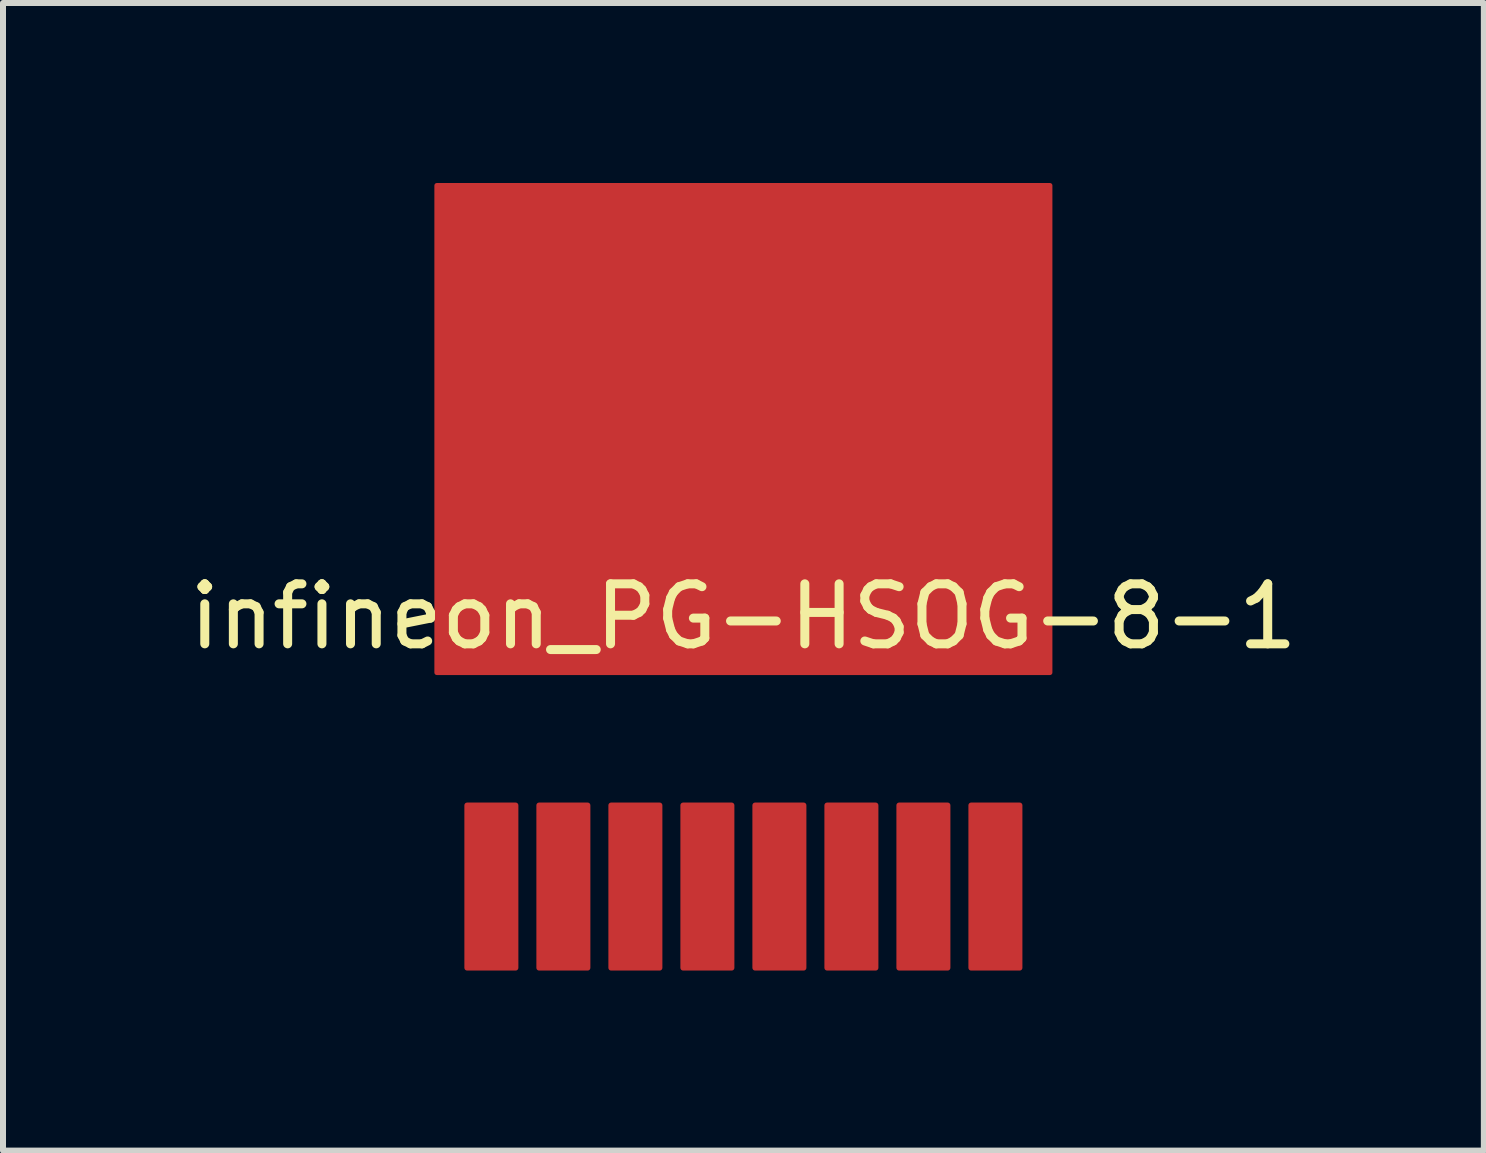
<source format=kicad_pcb>
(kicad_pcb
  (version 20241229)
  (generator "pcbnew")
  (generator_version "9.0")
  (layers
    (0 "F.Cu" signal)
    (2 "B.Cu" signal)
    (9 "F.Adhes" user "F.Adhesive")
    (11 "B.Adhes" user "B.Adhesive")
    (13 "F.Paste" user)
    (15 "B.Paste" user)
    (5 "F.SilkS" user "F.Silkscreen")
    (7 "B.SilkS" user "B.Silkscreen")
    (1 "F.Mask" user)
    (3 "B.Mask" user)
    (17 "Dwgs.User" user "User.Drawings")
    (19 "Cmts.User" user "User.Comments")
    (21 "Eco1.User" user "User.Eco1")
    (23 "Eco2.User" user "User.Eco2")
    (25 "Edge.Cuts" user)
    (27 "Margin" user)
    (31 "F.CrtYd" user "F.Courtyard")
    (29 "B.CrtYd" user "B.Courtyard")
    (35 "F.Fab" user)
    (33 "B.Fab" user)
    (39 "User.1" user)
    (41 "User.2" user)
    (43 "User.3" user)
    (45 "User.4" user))
  (footprint "infineon_PG-HSOG-8-1"
    (layer "F.Cu")
    (at 9.339 6.725)
    (property "Reference" "infineon_PG-HSOG-8-1" (at 0 0.5 0) (layer "F.SilkS") (effects (font (size 1 1) (thickness 0.15))))
    (attr smd)
    (pad "" smd roundrect (at -4.2 5) (size 0.8 2.7) (layers "F.Paste") (roundrect_rratio 0.05))
    (pad "" smd roundrect (at -3 5) (size 0.8 2.7) (layers "F.Paste") (roundrect_rratio 0.05))
    (pad "" smd roundrect (at -2.5 -6.1) (size 4.5 0.85) (layers "F.Paste") (roundrect_rratio 0.005))
    (pad "" smd roundrect (at -2.5 -0.825) (size 4.5 1.1) (layers "F.Paste") (roundrect_rratio 0.005))
    (pad "" smd roundrect (at -2.5 0.85) (size 4.5 0.85) (layers "F.Paste") (roundrect_rratio 0.005))
    (pad "" smd roundrect (at -2.25 -4.425) (size 4 1.1) (layers "F.Paste") (roundrect_rratio 0.005))
    (pad "" smd roundrect (at -2.25 -2.625) (size 4 1.1) (layers "F.Paste") (roundrect_rratio 0.005))
    (pad "" smd roundrect (at -1.8 5) (size 0.8 2.7) (layers "F.Paste") (roundrect_rratio 0.05))
    (pad "" smd roundrect (at -0.6 5) (size 0.8 2.7) (layers "F.Paste") (roundrect_rratio 0.05))
    (pad "" smd custom (at 0 -2.625) (size 8 8) (layers "F.Mask") (options (anchor rect)) (primitives (gr_poly (pts (xy -5.05 -4) (xy 5.05 -4) (xy 5.05 -2.45) (xy 4.35 -2.45) (xy 4.35 0.3) (xy 4.75 0.3) (xy 4.75 4) (xy -4.75 4) (xy -4.75 0.3) (xy -4.35 0.3) (xy -4.35 -2.45) (xy -5.05 -2.45)) (width 0) (fill yes))))
    (pad "" smd roundrect (at 0.6 5) (size 0.8 2.7) (layers "F.Paste") (roundrect_rratio 0.05))
    (pad "" smd roundrect (at 1.8 5) (size 0.8 2.7) (layers "F.Paste") (roundrect_rratio 0.05))
    (pad "" smd roundrect (at 2.25 -4.425) (size 4 1.1) (layers "F.Paste") (roundrect_rratio 0.005))
    (pad "" smd roundrect (at 2.25 -2.625) (size 4 1.1) (layers "F.Paste") (roundrect_rratio 0.005))
    (pad "" smd roundrect (at 2.5 -6.1) (size 4.5 0.85) (layers "F.Paste") (roundrect_rratio 0.005))
    (pad "" smd roundrect (at 2.5 -0.825) (size 4.5 1.1) (layers "F.Paste") (roundrect_rratio 0.005))
    (pad "" smd roundrect (at 2.5 0.85) (size 4.5 0.85) (layers "F.Paste") (roundrect_rratio 0.005))
    (pad "" smd roundrect (at 3 5) (size 0.8 2.7) (layers "F.Paste") (roundrect_rratio 0.05))
    (pad "" smd roundrect (at 4.2 5) (size 0.8 2.7) (layers "F.Paste") (roundrect_rratio 0.05))
    (pad "1" smd roundrect (at -4.2 5) (size 0.9 2.8) (layers "F.Cu" "F.Mask") (roundrect_rratio 0.05))
    (pad "2" smd roundrect (at -3 5) (size 0.9 2.8) (layers "F.Cu" "F.Mask") (roundrect_rratio 0.05))
    (pad "3" smd roundrect (at -1.8 5) (size 0.9 2.8) (layers "F.Cu" "F.Mask") (roundrect_rratio 0.05))
    (pad "4" smd roundrect (at -0.6 5) (size 0.9 2.8) (layers "F.Cu" "F.Mask") (roundrect_rratio 0.05))
    (pad "5" smd roundrect (at 0.6 5) (size 0.9 2.8) (layers "F.Cu" "F.Mask") (roundrect_rratio 0.05))
    (pad "6" smd roundrect (at 1.8 5) (size 0.9 2.8) (layers "F.Cu" "F.Mask") (roundrect_rratio 0.05))
    (pad "7" smd roundrect (at 3 5) (size 0.9 2.8) (layers "F.Cu" "F.Mask") (roundrect_rratio 0.05))
    (pad "8" smd roundrect (at 4.2 5) (size 0.9 2.8) (layers "F.Cu" "F.Mask") (roundrect_rratio 0.05))
    (pad "9" smd roundrect (at 0 -2.625) (size 10.3 8.2) (layers "F.Cu") (roundrect_rratio 0.005)))
  (gr_rect
    (start -3 -3)
    (end 21.679 16.125)
    (stroke (width 0.1) (type default))
    (fill no)
    (layer "Edge.Cuts")))
</source>
